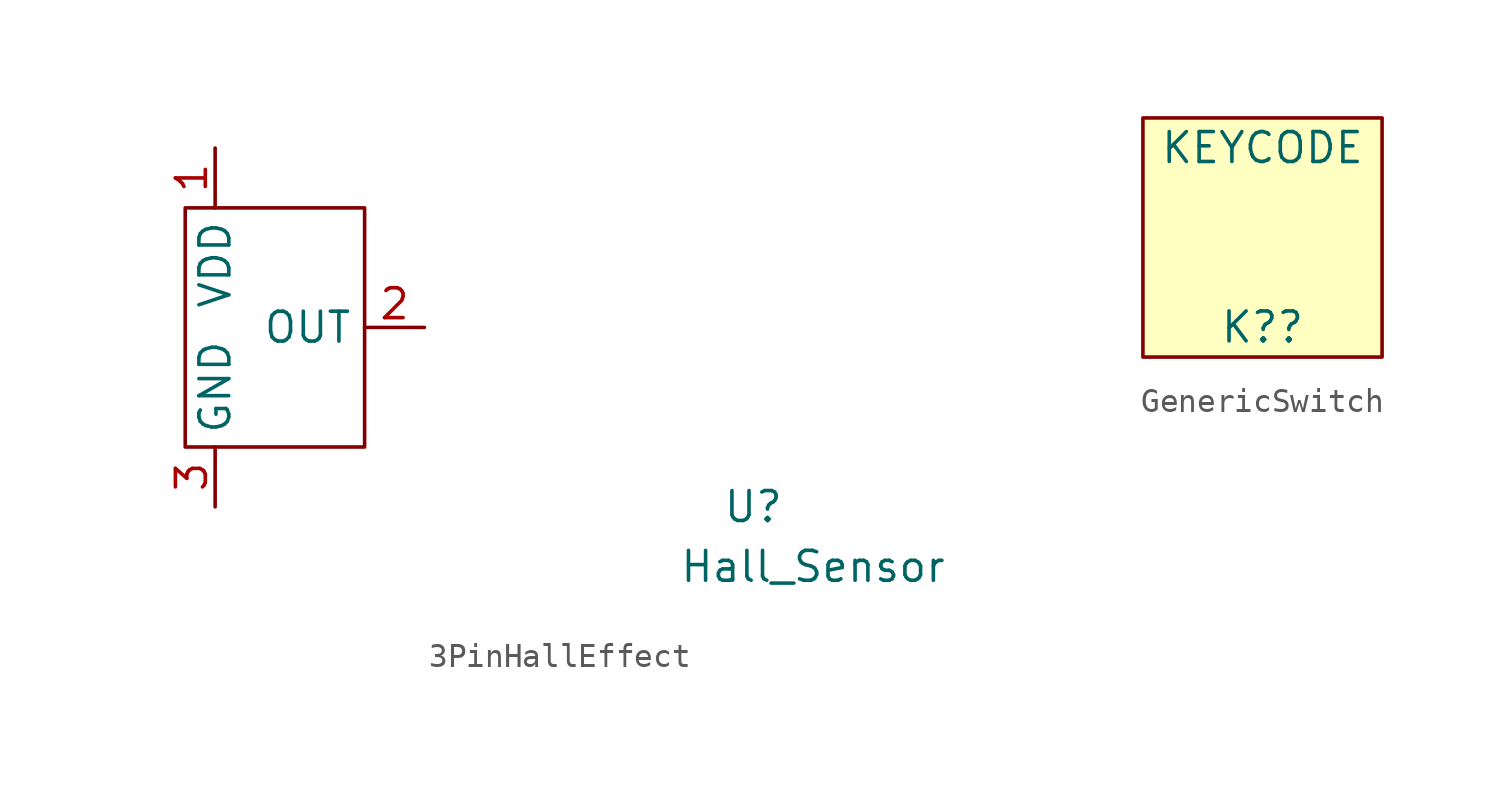
<source format=kicad_sym>
(kicad_symbol_lib
  (version 20220914)
  (generator kicad_symbol_editor)
  (symbol "3PinHallEffect"
    (property "Reference" "U"
      (at 20.32 -7.62 0)
      (effects (font (size 1.27 1.27))))
    (property "Value" "Hall_Sensor"
      (at 22.86 -10.16 0)
      (effects (font (size 1.27 1.27))))
    (symbol "3PinHallEffect_0_1"
      (rectangle (start -3.81 5.08) (end 3.81 -5.08) (stroke (width 0) (type default)) (fill (type none))))
    (symbol "3PinHallEffect_1_1"
      (pin power_in line (at -2.54 7.62 270) (length 2.54) (name "VDD" (effects (font (size 1.27 1.27)))) (number "1" (effects (font (size 1.27 1.27)))))
      (pin power_out line (at 6.35 0 180) (length 2.54) (name "OUT" (effects (font (size 1.27 1.27)))) (number "2" (effects (font (size 1.27 1.27)))))
      (pin power_in line (at -2.54 -7.62 90) (length 2.54) (name "GND" (effects (font (size 1.27 1.27)))) (number "3" (effects (font (size 1.27 1.27)))))))
  (symbol "GenericSwitch"
    (property "Reference" "K?"
      (at 0 -3.81 0)
      (effects (font (size 1.27 1.27))))
    (property "Value" "KEYCODE"
      (at 0 3.81 0)
      (effects (font (size 1.27 1.27))))
    (symbol "GenericSwitch_1_1"
      (rectangle (start -5.08 5.08) (end 5.08 -5.08) (stroke (width 0) (type default)) (fill (type background))))))
</source>
